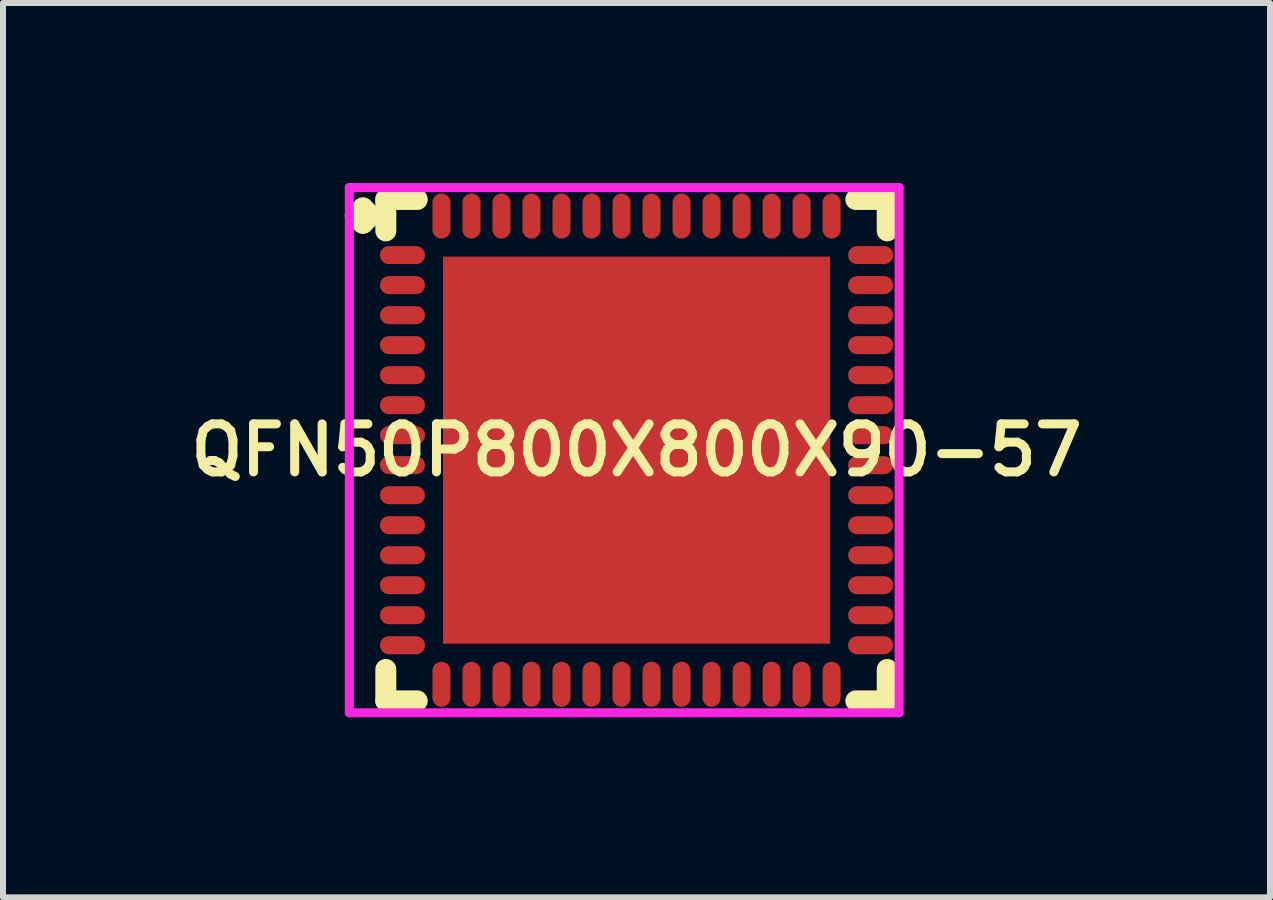
<source format=kicad_pcb>
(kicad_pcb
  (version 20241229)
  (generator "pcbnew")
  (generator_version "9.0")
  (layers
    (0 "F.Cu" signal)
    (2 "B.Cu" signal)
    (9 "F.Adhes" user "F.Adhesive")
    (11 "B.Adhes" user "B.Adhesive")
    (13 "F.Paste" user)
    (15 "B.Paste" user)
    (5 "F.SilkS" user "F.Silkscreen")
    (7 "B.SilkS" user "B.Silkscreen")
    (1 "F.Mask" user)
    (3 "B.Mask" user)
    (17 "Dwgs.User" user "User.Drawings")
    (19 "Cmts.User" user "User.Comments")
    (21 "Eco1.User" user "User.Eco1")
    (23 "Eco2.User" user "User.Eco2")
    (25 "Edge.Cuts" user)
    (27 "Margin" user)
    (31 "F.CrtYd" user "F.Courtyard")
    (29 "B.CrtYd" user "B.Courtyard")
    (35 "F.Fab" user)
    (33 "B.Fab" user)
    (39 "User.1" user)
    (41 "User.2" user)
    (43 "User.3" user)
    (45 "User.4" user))
  (footprint "QFN50P800X800X90-57"
    (layer "F.Cu")
    (at 7.555 4.45)
    (property "Reference" "QFN50P800X800X90-57" (at 0 0 0) (layer "F.SilkS") (effects (font (size 0.8 0.8) (thickness 0.15))))
    (attr through_hole)
    (fp_line (start -4.685 -3.908) (end -4.558 -4.035) (stroke (width 0.35) (type solid)) (layer "F.SilkS"))
    (fp_line (start -4.558 -4.035) (end -4.431 -3.908) (stroke (width 0.35) (type solid)) (layer "F.SilkS"))
    (fp_line (start -4.558 -3.781) (end -4.685 -3.908) (stroke (width 0.35) (type solid)) (layer "F.SilkS"))
    (fp_line (start -4.431 -3.908) (end -4.558 -3.781) (stroke (width 0.35) (type solid)) (layer "F.SilkS"))
    (fp_line (start -4.177 -4.177) (end -3.654 -4.177) (stroke (width 0.35) (type solid)) (layer "F.SilkS"))
    (fp_line (start -4.177 -3.654) (end -4.177 -4.177) (stroke (width 0.35) (type solid)) (layer "F.SilkS"))
    (fp_line (start -4.177 3.654) (end -4.177 4.177) (stroke (width 0.35) (type solid)) (layer "F.SilkS"))
    (fp_line (start -4.177 4.177) (end -3.654 4.177) (stroke (width 0.35) (type solid)) (layer "F.SilkS"))
    (fp_line (start 3.654 -4.177) (end 4.177 -4.177) (stroke (width 0.35) (type solid)) (layer "F.SilkS"))
    (fp_line (start 3.654 4.177) (end 4.177 4.177) (stroke (width 0.35) (type solid)) (layer "F.SilkS"))
    (fp_line (start 4.177 -4.177) (end 4.177 -3.654) (stroke (width 0.35) (type solid)) (layer "F.SilkS"))
    (fp_line (start 4.177 4.177) (end 4.177 3.654) (stroke (width 0.35) (type solid)) (layer "F.SilkS"))
    (fp_line (start -4.785 -4.375) (end 4.375 -4.375) (stroke (width 0.15) (type solid)) (layer "F.CrtYd"))
    (fp_line (start -4.785 4.375) (end -4.785 -4.375) (stroke (width 0.15) (type solid)) (layer "F.CrtYd"))
    (fp_line (start 4.375 -4.375) (end 4.375 4.375) (stroke (width 0.15) (type solid)) (layer "F.CrtYd"))
    (fp_line (start 4.375 4.375) (end -4.785 4.375) (stroke (width 0.15) (type solid)) (layer "F.CrtYd"))
    (pad "1" smd oval (at -3.9 -3.25) (size 0.75 0.3) (layers "F.Cu" "F.Mask" "F.Paste"))
    (pad "2" smd oval (at -3.9 -2.75) (size 0.75 0.3) (layers "F.Cu" "F.Mask" "F.Paste"))
    (pad "3" smd oval (at -3.9 -2.25) (size 0.75 0.3) (layers "F.Cu" "F.Mask" "F.Paste"))
    (pad "4" smd oval (at -3.9 -1.75) (size 0.75 0.3) (layers "F.Cu" "F.Mask" "F.Paste"))
    (pad "5" smd oval (at -3.9 -1.25) (size 0.75 0.3) (layers "F.Cu" "F.Mask" "F.Paste"))
    (pad "6" smd oval (at -3.9 -0.75) (size 0.75 0.3) (layers "F.Cu" "F.Mask" "F.Paste"))
    (pad "7" smd oval (at -3.9 -0.25) (size 0.75 0.3) (layers "F.Cu" "F.Mask" "F.Paste"))
    (pad "8" smd oval (at -3.9 0.25) (size 0.75 0.3) (layers "F.Cu" "F.Mask" "F.Paste"))
    (pad "9" smd oval (at -3.9 0.75) (size 0.75 0.3) (layers "F.Cu" "F.Mask" "F.Paste"))
    (pad "10" smd oval (at -3.9 1.25) (size 0.75 0.3) (layers "F.Cu" "F.Mask" "F.Paste"))
    (pad "11" smd oval (at -3.9 1.75) (size 0.75 0.3) (layers "F.Cu" "F.Mask" "F.Paste"))
    (pad "12" smd oval (at -3.9 2.25) (size 0.75 0.3) (layers "F.Cu" "F.Mask" "F.Paste"))
    (pad "13" smd oval (at -3.9 2.75) (size 0.75 0.3) (layers "F.Cu" "F.Mask" "F.Paste"))
    (pad "14" smd oval (at -3.9 3.25) (size 0.75 0.3) (layers "F.Cu" "F.Mask" "F.Paste"))
    (pad "15" smd oval (at -3.25 3.9) (size 0.3 0.75) (layers "F.Cu" "F.Mask" "F.Paste"))
    (pad "16" smd oval (at -2.75 3.9) (size 0.3 0.75) (layers "F.Cu" "F.Mask" "F.Paste"))
    (pad "17" smd oval (at -2.25 3.9) (size 0.3 0.75) (layers "F.Cu" "F.Mask" "F.Paste"))
    (pad "18" smd oval (at -1.75 3.9) (size 0.3 0.75) (layers "F.Cu" "F.Mask" "F.Paste"))
    (pad "19" smd oval (at -1.25 3.9) (size 0.3 0.75) (layers "F.Cu" "F.Mask" "F.Paste"))
    (pad "20" smd oval (at -0.75 3.9) (size 0.3 0.75) (layers "F.Cu" "F.Mask" "F.Paste"))
    (pad "21" smd oval (at -0.25 3.9) (size 0.3 0.75) (layers "F.Cu" "F.Mask" "F.Paste"))
    (pad "22" smd oval (at 0.25 3.9) (size 0.3 0.75) (layers "F.Cu" "F.Mask" "F.Paste"))
    (pad "23" smd oval (at 0.75 3.9) (size 0.3 0.75) (layers "F.Cu" "F.Mask" "F.Paste"))
    (pad "24" smd oval (at 1.25 3.9) (size 0.3 0.75) (layers "F.Cu" "F.Mask" "F.Paste"))
    (pad "25" smd oval (at 1.75 3.9) (size 0.3 0.75) (layers "F.Cu" "F.Mask" "F.Paste"))
    (pad "26" smd oval (at 2.25 3.9) (size 0.3 0.75) (layers "F.Cu" "F.Mask" "F.Paste"))
    (pad "27" smd oval (at 2.75 3.9) (size 0.3 0.75) (layers "F.Cu" "F.Mask" "F.Paste"))
    (pad "28" smd oval (at 3.25 3.9) (size 0.3 0.75) (layers "F.Cu" "F.Mask" "F.Paste"))
    (pad "29" smd oval (at 3.9 3.25) (size 0.75 0.3) (layers "F.Cu" "F.Mask" "F.Paste"))
    (pad "30" smd oval (at 3.9 2.75) (size 0.75 0.3) (layers "F.Cu" "F.Mask" "F.Paste"))
    (pad "31" smd oval (at 3.9 2.25) (size 0.75 0.3) (layers "F.Cu" "F.Mask" "F.Paste"))
    (pad "32" smd oval (at 3.9 1.75) (size 0.75 0.3) (layers "F.Cu" "F.Mask" "F.Paste"))
    (pad "33" smd oval (at 3.9 1.25) (size 0.75 0.3) (layers "F.Cu" "F.Mask" "F.Paste"))
    (pad "34" smd oval (at 3.9 0.75) (size 0.75 0.3) (layers "F.Cu" "F.Mask" "F.Paste"))
    (pad "35" smd oval (at 3.9 0.25) (size 0.75 0.3) (layers "F.Cu" "F.Mask" "F.Paste"))
    (pad "36" smd oval (at 3.9 -0.25) (size 0.75 0.3) (layers "F.Cu" "F.Mask" "F.Paste"))
    (pad "37" smd oval (at 3.9 -0.75) (size 0.75 0.3) (layers "F.Cu" "F.Mask" "F.Paste"))
    (pad "38" smd oval (at 3.9 -1.25) (size 0.75 0.3) (layers "F.Cu" "F.Mask" "F.Paste"))
    (pad "39" smd oval (at 3.9 -1.75) (size 0.75 0.3) (layers "F.Cu" "F.Mask" "F.Paste"))
    (pad "40" smd oval (at 3.9 -2.25) (size 0.75 0.3) (layers "F.Cu" "F.Mask" "F.Paste"))
    (pad "41" smd oval (at 3.9 -2.75) (size 0.75 0.3) (layers "F.Cu" "F.Mask" "F.Paste"))
    (pad "42" smd oval (at 3.9 -3.25) (size 0.75 0.3) (layers "F.Cu" "F.Mask" "F.Paste"))
    (pad "43" smd oval (at 3.25 -3.9) (size 0.3 0.75) (layers "F.Cu" "F.Mask" "F.Paste"))
    (pad "44" smd oval (at 2.75 -3.9) (size 0.3 0.75) (layers "F.Cu" "F.Mask" "F.Paste"))
    (pad "45" smd oval (at 2.25 -3.9) (size 0.3 0.75) (layers "F.Cu" "F.Mask" "F.Paste"))
    (pad "46" smd oval (at 1.75 -3.9) (size 0.3 0.75) (layers "F.Cu" "F.Mask" "F.Paste"))
    (pad "47" smd oval (at 1.25 -3.9) (size 0.3 0.75) (layers "F.Cu" "F.Mask" "F.Paste"))
    (pad "48" smd oval (at 0.75 -3.9) (size 0.3 0.75) (layers "F.Cu" "F.Mask" "F.Paste"))
    (pad "49" smd oval (at 0.25 -3.9) (size 0.3 0.75) (layers "F.Cu" "F.Mask" "F.Paste"))
    (pad "50" smd oval (at -0.25 -3.9) (size 0.3 0.75) (layers "F.Cu" "F.Mask" "F.Paste"))
    (pad "51" smd oval (at -0.75 -3.9) (size 0.3 0.75) (layers "F.Cu" "F.Mask" "F.Paste"))
    (pad "52" smd oval (at -1.25 -3.9) (size 0.3 0.75) (layers "F.Cu" "F.Mask" "F.Paste"))
    (pad "53" smd oval (at -1.75 -3.9) (size 0.3 0.75) (layers "F.Cu" "F.Mask" "F.Paste"))
    (pad "54" smd oval (at -2.25 -3.9) (size 0.3 0.75) (layers "F.Cu" "F.Mask" "F.Paste"))
    (pad "55" smd oval (at -2.75 -3.9) (size 0.3 0.75) (layers "F.Cu" "F.Mask" "F.Paste"))
    (pad "56" smd oval (at -3.25 -3.9) (size 0.3 0.75) (layers "F.Cu" "F.Mask" "F.Paste"))
    (pad "57" smd rect (at 0 0) (size 6.45 6.45) (layers "F.Cu" "F.Mask" "F.Paste")))
  (gr_rect
    (start -3 -3)
    (end 18.109 11.9)
    (stroke (width 0.1) (type default))
    (fill no)
    (layer "Edge.Cuts")))
</source>
